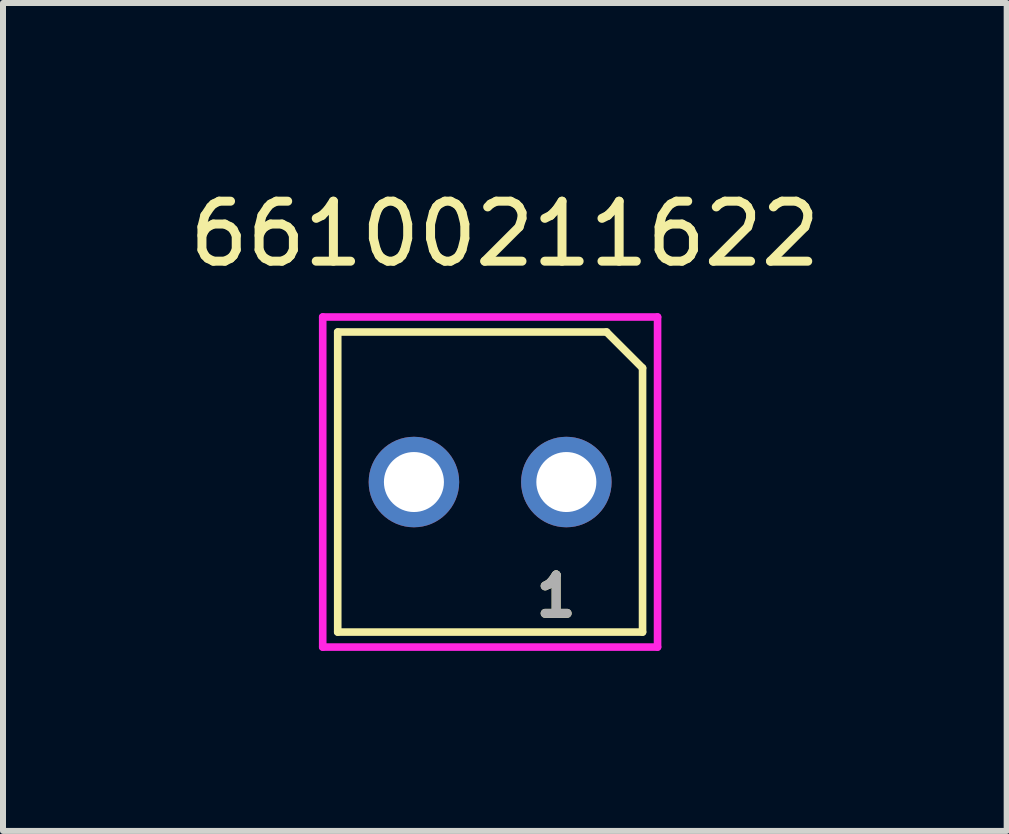
<source format=kicad_pcb>
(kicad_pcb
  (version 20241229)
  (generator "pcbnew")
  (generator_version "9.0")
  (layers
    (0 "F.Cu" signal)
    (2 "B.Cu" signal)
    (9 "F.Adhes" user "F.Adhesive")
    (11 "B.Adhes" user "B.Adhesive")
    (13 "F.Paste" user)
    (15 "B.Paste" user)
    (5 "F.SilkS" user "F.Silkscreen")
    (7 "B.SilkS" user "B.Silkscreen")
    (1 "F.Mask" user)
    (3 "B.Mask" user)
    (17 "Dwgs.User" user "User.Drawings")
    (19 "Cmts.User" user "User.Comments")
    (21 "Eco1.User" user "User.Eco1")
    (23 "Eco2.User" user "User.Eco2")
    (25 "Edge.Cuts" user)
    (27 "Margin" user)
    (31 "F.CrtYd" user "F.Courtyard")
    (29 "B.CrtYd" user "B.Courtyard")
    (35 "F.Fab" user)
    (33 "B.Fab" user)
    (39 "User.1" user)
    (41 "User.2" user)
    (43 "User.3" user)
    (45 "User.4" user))
  (footprint "66100211622"
    (layer "F.Cu")
    (at 5.118 4.983)
    (property "Reference" "66100211622" (at 0.245 -4.135 0) (layer "F.SilkS") (effects (font (size 1 1) (thickness 0.15))))
    (attr through_hole)
    (fp_line (start -2.54 -2.5) (end -2.54 2.5) (stroke (width 0.127) (type solid)) (layer "F.SilkS"))
    (fp_line (start -2.54 -2.5) (end 1.94 -2.5) (stroke (width 0.127) (type solid)) (layer "F.SilkS"))
    (fp_line (start -2.54 2.5) (end 2.54 2.5) (stroke (width 0.127) (type solid)) (layer "F.SilkS"))
    (fp_line (start 1.94 -2.5) (end 2.54 -1.9) (stroke (width 0.127) (type solid)) (layer "F.SilkS"))
    (fp_line (start 2.54 -1.9) (end 2.54 2.5) (stroke (width 0.127) (type solid)) (layer "F.SilkS"))
    (fp_line (start -2.79 -2.75) (end 2.79 -2.75) (stroke (width 0.127) (type solid)) (layer "F.CrtYd"))
    (fp_line (start -2.79 2.75) (end -2.79 -2.75) (stroke (width 0.127) (type solid)) (layer "F.CrtYd"))
    (fp_line (start 2.79 -2.75) (end 2.79 2.75) (stroke (width 0.127) (type solid)) (layer "F.CrtYd"))
    (fp_line (start 2.79 2.75) (end -2.79 2.75) (stroke (width 0.127) (type solid)) (layer "F.CrtYd"))
    (fp_text user "1" (at 1.1 1.9 0) (layer "F.SilkS") (effects (font (size 0.64 0.64) (thickness 0.15))))
    (fp_text user "1" (at 1.1 1.9 0) (layer "F.Fab") (effects (font (size 0.64 0.64) (thickness 0.15))))
    (pad "1" thru_hole circle (at 1.27 0) (size 1.508 1.508) (drill 1) (layers "*.Cu" "*.Mask"))
    (pad "2" thru_hole circle (at -1.27 0) (size 1.508 1.508) (drill 1) (layers "*.Cu" "*.Mask")))
  (gr_rect
    (start -3 -3)
    (end 13.726 10.797)
    (stroke (width 0.1) (type default))
    (fill no)
    (layer "Edge.Cuts")))
</source>
